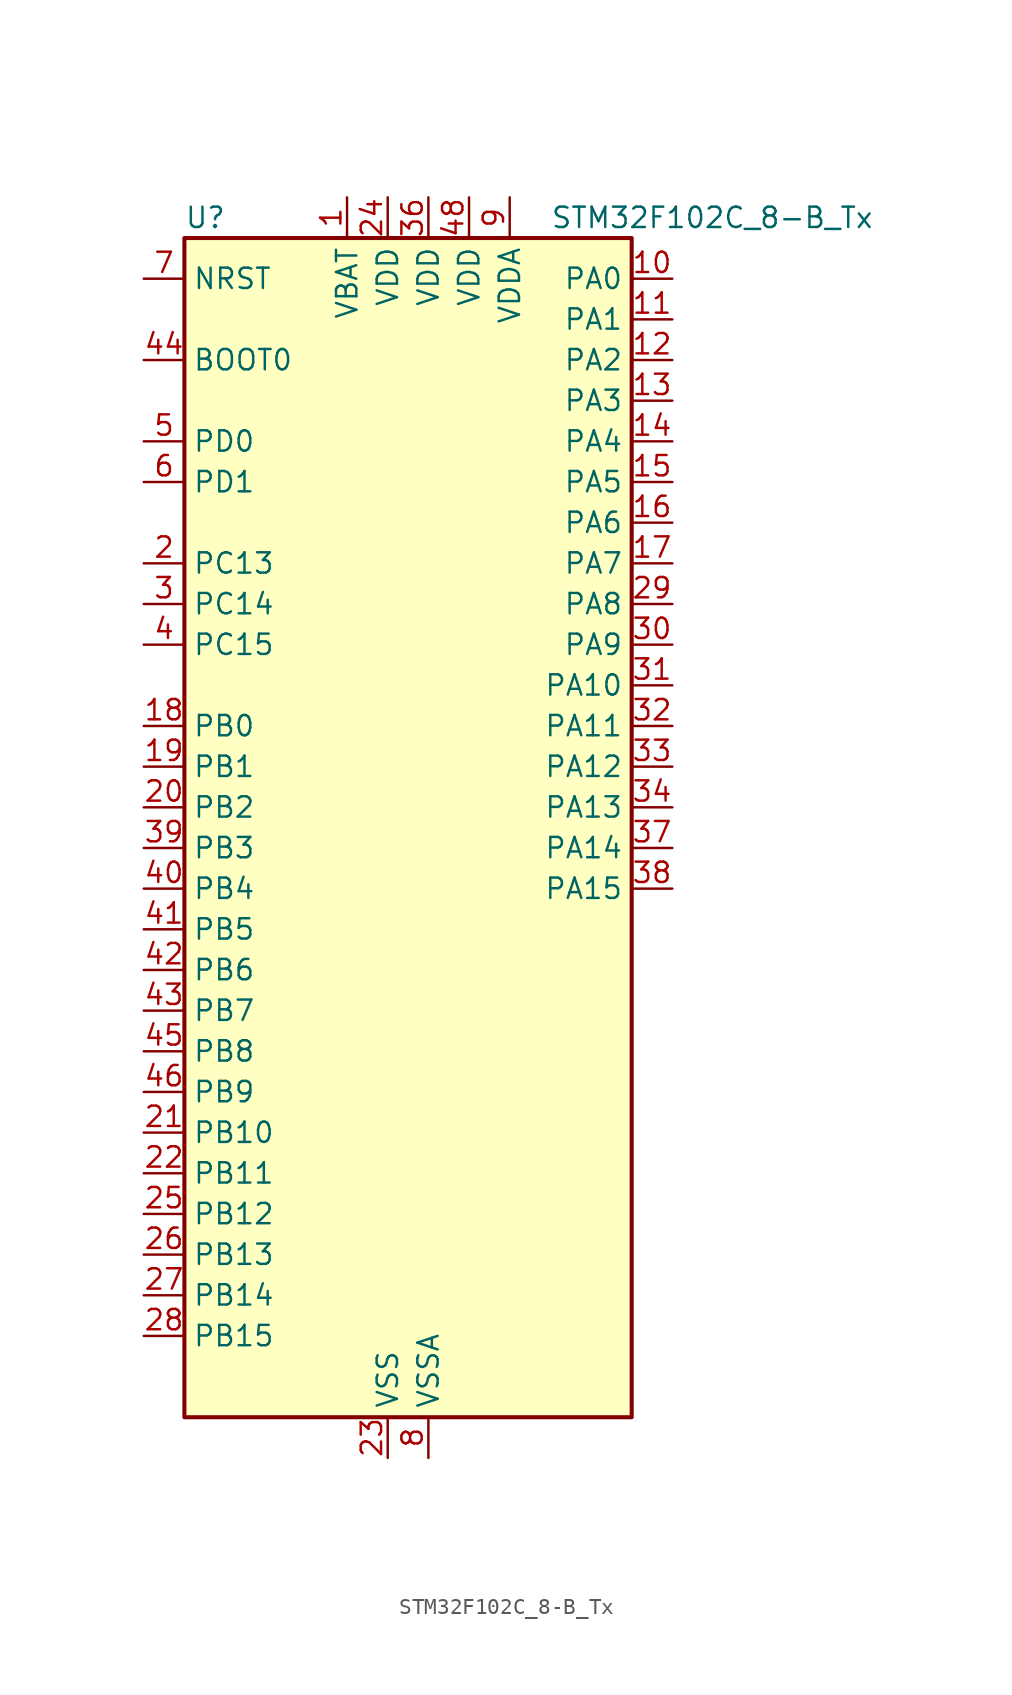
<source format=kicad_sym>
(kicad_symbol_lib
  (version 20220914)
  (generator kicad_symbol_editor)
  (symbol "STM32F102C_8-B_Tx"
    (property "Reference" "U"
      (at -12.7 39.37 0)
      (effects (font (size 1.27 1.27)) (justify left)))
    (property "Value" "STM32F102C_8-B_Tx"
      (at 10.16 39.37 0)
      (effects (font (size 1.27 1.27)) (justify left)))
    (property "ki_locked" ""
      (at 0 0 0)
      (effects (font (size 1.27 1.27))))
    (symbol "STM32F102C_8-B_Tx_0_1"
      (rectangle (start -12.7 -35.56) (end 15.24 38.1) (stroke (width 0.254) (type default)) (fill (type background))))
    (symbol "STM32F102C_8-B_Tx_1_1"
      (pin power_in line (at -2.54 40.64 270) (length 2.54) (name "VBAT" (effects (font (size 1.27 1.27)))) (number "1" (effects (font (size 1.27 1.27)))))
      (pin bidirectional line (at 17.78 35.56 180) (length 2.54) (name "PA0" (effects (font (size 1.27 1.27)))) (number "10" (effects (font (size 1.27 1.27)))) (alternate "ADC1_IN0" bidirectional line) (alternate "SYS_WKUP" bidirectional line) (alternate "TIM2_CH1" bidirectional line) (alternate "TIM2_ETR" bidirectional line) (alternate "USART2_CTS" bidirectional line))
      (pin bidirectional line (at 17.78 33.02 180) (length 2.54) (name "PA1" (effects (font (size 1.27 1.27)))) (number "11" (effects (font (size 1.27 1.27)))) (alternate "ADC1_IN1" bidirectional line) (alternate "TIM2_CH2" bidirectional line) (alternate "USART2_RTS" bidirectional line))
      (pin bidirectional line (at 17.78 30.48 180) (length 2.54) (name "PA2" (effects (font (size 1.27 1.27)))) (number "12" (effects (font (size 1.27 1.27)))) (alternate "ADC1_IN2" bidirectional line) (alternate "TIM2_CH3" bidirectional line) (alternate "USART2_TX" bidirectional line))
      (pin bidirectional line (at 17.78 27.94 180) (length 2.54) (name "PA3" (effects (font (size 1.27 1.27)))) (number "13" (effects (font (size 1.27 1.27)))) (alternate "ADC1_IN3" bidirectional line) (alternate "TIM2_CH4" bidirectional line) (alternate "USART2_RX" bidirectional line))
      (pin bidirectional line (at 17.78 25.4 180) (length 2.54) (name "PA4" (effects (font (size 1.27 1.27)))) (number "14" (effects (font (size 1.27 1.27)))) (alternate "ADC1_IN4" bidirectional line) (alternate "SPI1_NSS" bidirectional line) (alternate "USART2_CK" bidirectional line))
      (pin bidirectional line (at 17.78 22.86 180) (length 2.54) (name "PA5" (effects (font (size 1.27 1.27)))) (number "15" (effects (font (size 1.27 1.27)))) (alternate "ADC1_IN5" bidirectional line) (alternate "SPI1_SCK" bidirectional line))
      (pin bidirectional line (at 17.78 20.32 180) (length 2.54) (name "PA6" (effects (font (size 1.27 1.27)))) (number "16" (effects (font (size 1.27 1.27)))) (alternate "ADC1_IN6" bidirectional line) (alternate "SPI1_MISO" bidirectional line) (alternate "TIM3_CH1" bidirectional line))
      (pin bidirectional line (at 17.78 17.78 180) (length 2.54) (name "PA7" (effects (font (size 1.27 1.27)))) (number "17" (effects (font (size 1.27 1.27)))) (alternate "ADC1_IN7" bidirectional line) (alternate "SPI1_MOSI" bidirectional line) (alternate "TIM3_CH2" bidirectional line))
      (pin bidirectional line (at -15.24 7.62 0) (length 2.54) (name "PB0" (effects (font (size 1.27 1.27)))) (number "18" (effects (font (size 1.27 1.27)))) (alternate "ADC1_IN8" bidirectional line) (alternate "TIM3_CH3" bidirectional line))
      (pin bidirectional line (at -15.24 5.08 0) (length 2.54) (name "PB1" (effects (font (size 1.27 1.27)))) (number "19" (effects (font (size 1.27 1.27)))) (alternate "ADC1_IN9" bidirectional line) (alternate "TIM3_CH4" bidirectional line))
      (pin bidirectional line (at -15.24 17.78 0) (length 2.54) (name "PC13" (effects (font (size 1.27 1.27)))) (number "2" (effects (font (size 1.27 1.27)))) (alternate "RTC_OUT" bidirectional line) (alternate "RTC_TAMPER" bidirectional line))
      (pin bidirectional line (at -15.24 2.54 0) (length 2.54) (name "PB2" (effects (font (size 1.27 1.27)))) (number "20" (effects (font (size 1.27 1.27)))))
      (pin bidirectional line (at -15.24 -17.78 0) (length 2.54) (name "PB10" (effects (font (size 1.27 1.27)))) (number "21" (effects (font (size 1.27 1.27)))) (alternate "I2C2_SCL" bidirectional line) (alternate "TIM2_CH3" bidirectional line) (alternate "USART3_TX" bidirectional line))
      (pin bidirectional line (at -15.24 -20.32 0) (length 2.54) (name "PB11" (effects (font (size 1.27 1.27)))) (number "22" (effects (font (size 1.27 1.27)))) (alternate "ADC1_EXTI11" bidirectional line) (alternate "I2C2_SDA" bidirectional line) (alternate "TIM2_CH4" bidirectional line) (alternate "USART3_RX" bidirectional line))
      (pin power_in line (at 0 -38.1 90) (length 2.54) (name "VSS" (effects (font (size 1.27 1.27)))) (number "23" (effects (font (size 1.27 1.27)))))
      (pin power_in line (at 0 40.64 270) (length 2.54) (name "VDD" (effects (font (size 1.27 1.27)))) (number "24" (effects (font (size 1.27 1.27)))))
      (pin bidirectional line (at -15.24 -22.86 0) (length 2.54) (name "PB12" (effects (font (size 1.27 1.27)))) (number "25" (effects (font (size 1.27 1.27)))) (alternate "I2C2_SMBA" bidirectional line) (alternate "SPI2_NSS" bidirectional line) (alternate "USART3_CK" bidirectional line))
      (pin bidirectional line (at -15.24 -25.4 0) (length 2.54) (name "PB13" (effects (font (size 1.27 1.27)))) (number "26" (effects (font (size 1.27 1.27)))) (alternate "SPI2_SCK" bidirectional line) (alternate "USART3_CTS" bidirectional line))
      (pin bidirectional line (at -15.24 -27.94 0) (length 2.54) (name "PB14" (effects (font (size 1.27 1.27)))) (number "27" (effects (font (size 1.27 1.27)))) (alternate "SPI2_MISO" bidirectional line) (alternate "USART3_RTS" bidirectional line))
      (pin bidirectional line (at -15.24 -30.48 0) (length 2.54) (name "PB15" (effects (font (size 1.27 1.27)))) (number "28" (effects (font (size 1.27 1.27)))) (alternate "ADC1_EXTI15" bidirectional line) (alternate "SPI2_MOSI" bidirectional line))
      (pin bidirectional line (at 17.78 15.24 180) (length 2.54) (name "PA8" (effects (font (size 1.27 1.27)))) (number "29" (effects (font (size 1.27 1.27)))) (alternate "RCC_MCO" bidirectional line) (alternate "USART1_CK" bidirectional line))
      (pin bidirectional line (at -15.24 15.24 0) (length 2.54) (name "PC14" (effects (font (size 1.27 1.27)))) (number "3" (effects (font (size 1.27 1.27)))) (alternate "RCC_OSC32_IN" bidirectional line))
      (pin bidirectional line (at 17.78 12.7 180) (length 2.54) (name "PA9" (effects (font (size 1.27 1.27)))) (number "30" (effects (font (size 1.27 1.27)))) (alternate "USART1_TX" bidirectional line))
      (pin bidirectional line (at 17.78 10.16 180) (length 2.54) (name "PA10" (effects (font (size 1.27 1.27)))) (number "31" (effects (font (size 1.27 1.27)))) (alternate "USART1_RX" bidirectional line))
      (pin bidirectional line (at 17.78 7.62 180) (length 2.54) (name "PA11" (effects (font (size 1.27 1.27)))) (number "32" (effects (font (size 1.27 1.27)))) (alternate "ADC1_EXTI11" bidirectional line) (alternate "USART1_CTS" bidirectional line) (alternate "USB_DM" bidirectional line))
      (pin bidirectional line (at 17.78 5.08 180) (length 2.54) (name "PA12" (effects (font (size 1.27 1.27)))) (number "33" (effects (font (size 1.27 1.27)))) (alternate "USART1_RTS" bidirectional line) (alternate "USB_DP" bidirectional line))
      (pin bidirectional line (at 17.78 2.54 180) (length 2.54) (name "PA13" (effects (font (size 1.27 1.27)))) (number "34" (effects (font (size 1.27 1.27)))) (alternate "SYS_JTMS-SWDIO" bidirectional line))
      (pin passive line (at 0 -38.1 90) (length 2.54) hide (name "VSS" (effects (font (size 1.27 1.27)))) (number "35" (effects (font (size 1.27 1.27)))))
      (pin power_in line (at 2.54 40.64 270) (length 2.54) (name "VDD" (effects (font (size 1.27 1.27)))) (number "36" (effects (font (size 1.27 1.27)))))
      (pin bidirectional line (at 17.78 0 180) (length 2.54) (name "PA14" (effects (font (size 1.27 1.27)))) (number "37" (effects (font (size 1.27 1.27)))) (alternate "SYS_JTCK-SWCLK" bidirectional line))
      (pin bidirectional line (at 17.78 -2.54 180) (length 2.54) (name "PA15" (effects (font (size 1.27 1.27)))) (number "38" (effects (font (size 1.27 1.27)))) (alternate "ADC1_EXTI15" bidirectional line) (alternate "SPI1_NSS" bidirectional line) (alternate "SYS_JTDI" bidirectional line) (alternate "TIM2_CH1" bidirectional line) (alternate "TIM2_ETR" bidirectional line))
      (pin bidirectional line (at -15.24 0 0) (length 2.54) (name "PB3" (effects (font (size 1.27 1.27)))) (number "39" (effects (font (size 1.27 1.27)))) (alternate "SPI1_SCK" bidirectional line) (alternate "SYS_JTDO-TRACESWO" bidirectional line) (alternate "TIM2_CH2" bidirectional line))
      (pin bidirectional line (at -15.24 12.7 0) (length 2.54) (name "PC15" (effects (font (size 1.27 1.27)))) (number "4" (effects (font (size 1.27 1.27)))) (alternate "ADC1_EXTI15" bidirectional line) (alternate "RCC_OSC32_OUT" bidirectional line))
      (pin bidirectional line (at -15.24 -2.54 0) (length 2.54) (name "PB4" (effects (font (size 1.27 1.27)))) (number "40" (effects (font (size 1.27 1.27)))) (alternate "SPI1_MISO" bidirectional line) (alternate "SYS_NJTRST" bidirectional line) (alternate "TIM3_CH1" bidirectional line))
      (pin bidirectional line (at -15.24 -5.08 0) (length 2.54) (name "PB5" (effects (font (size 1.27 1.27)))) (number "41" (effects (font (size 1.27 1.27)))) (alternate "I2C1_SMBA" bidirectional line) (alternate "SPI1_MOSI" bidirectional line) (alternate "TIM3_CH2" bidirectional line))
      (pin bidirectional line (at -15.24 -7.62 0) (length 2.54) (name "PB6" (effects (font (size 1.27 1.27)))) (number "42" (effects (font (size 1.27 1.27)))) (alternate "I2C1_SCL" bidirectional line) (alternate "TIM4_CH1" bidirectional line) (alternate "USART1_TX" bidirectional line))
      (pin bidirectional line (at -15.24 -10.16 0) (length 2.54) (name "PB7" (effects (font (size 1.27 1.27)))) (number "43" (effects (font (size 1.27 1.27)))) (alternate "I2C1_SDA" bidirectional line) (alternate "TIM4_CH2" bidirectional line) (alternate "USART1_RX" bidirectional line))
      (pin input line (at -15.24 30.48 0) (length 2.54) (name "BOOT0" (effects (font (size 1.27 1.27)))) (number "44" (effects (font (size 1.27 1.27)))))
      (pin bidirectional line (at -15.24 -12.7 0) (length 2.54) (name "PB8" (effects (font (size 1.27 1.27)))) (number "45" (effects (font (size 1.27 1.27)))) (alternate "I2C1_SCL" bidirectional line) (alternate "TIM4_CH3" bidirectional line))
      (pin bidirectional line (at -15.24 -15.24 0) (length 2.54) (name "PB9" (effects (font (size 1.27 1.27)))) (number "46" (effects (font (size 1.27 1.27)))) (alternate "I2C1_SDA" bidirectional line) (alternate "TIM4_CH4" bidirectional line))
      (pin passive line (at 0 -38.1 90) (length 2.54) hide (name "VSS" (effects (font (size 1.27 1.27)))) (number "47" (effects (font (size 1.27 1.27)))))
      (pin power_in line (at 5.08 40.64 270) (length 2.54) (name "VDD" (effects (font (size 1.27 1.27)))) (number "48" (effects (font (size 1.27 1.27)))))
      (pin bidirectional line (at -15.24 25.4 0) (length 2.54) (name "PD0" (effects (font (size 1.27 1.27)))) (number "5" (effects (font (size 1.27 1.27)))) (alternate "RCC_OSC_IN" bidirectional line))
      (pin bidirectional line (at -15.24 22.86 0) (length 2.54) (name "PD1" (effects (font (size 1.27 1.27)))) (number "6" (effects (font (size 1.27 1.27)))) (alternate "RCC_OSC_OUT" bidirectional line))
      (pin input line (at -15.24 35.56 0) (length 2.54) (name "NRST" (effects (font (size 1.27 1.27)))) (number "7" (effects (font (size 1.27 1.27)))))
      (pin power_in line (at 2.54 -38.1 90) (length 2.54) (name "VSSA" (effects (font (size 1.27 1.27)))) (number "8" (effects (font (size 1.27 1.27)))))
      (pin power_in line (at 7.62 40.64 270) (length 2.54) (name "VDDA" (effects (font (size 1.27 1.27)))) (number "9" (effects (font (size 1.27 1.27))))))))
</source>
